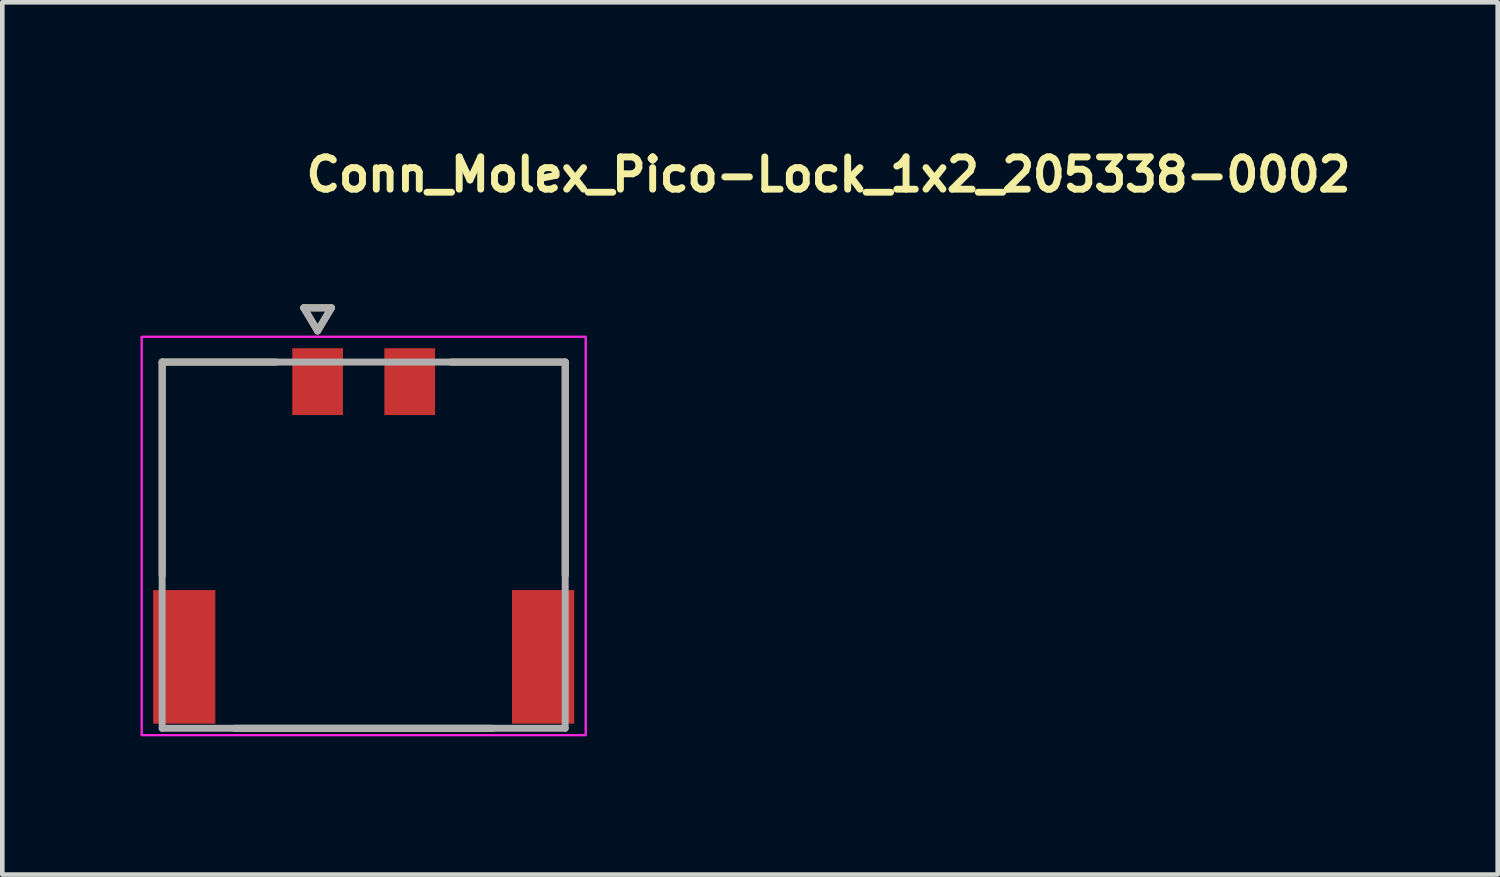
<source format=kicad_pcb>
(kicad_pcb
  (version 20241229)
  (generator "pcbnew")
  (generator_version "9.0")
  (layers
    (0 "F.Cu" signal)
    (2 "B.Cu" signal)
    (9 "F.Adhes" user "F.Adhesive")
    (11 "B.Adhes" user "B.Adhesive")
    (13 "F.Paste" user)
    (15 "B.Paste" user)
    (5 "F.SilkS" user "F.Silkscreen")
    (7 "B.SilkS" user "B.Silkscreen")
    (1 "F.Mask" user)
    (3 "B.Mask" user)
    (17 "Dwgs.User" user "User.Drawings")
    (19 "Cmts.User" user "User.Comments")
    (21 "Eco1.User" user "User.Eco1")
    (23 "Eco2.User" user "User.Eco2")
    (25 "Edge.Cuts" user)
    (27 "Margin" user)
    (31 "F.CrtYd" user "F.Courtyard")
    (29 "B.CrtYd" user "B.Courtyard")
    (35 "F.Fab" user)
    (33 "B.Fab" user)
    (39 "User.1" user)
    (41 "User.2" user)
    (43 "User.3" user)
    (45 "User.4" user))
  (footprint "Conn_Molex_Pico-Lock_1x2_205338-0002"
    (layer "F.Cu")
    (at 4.845 7.96)
    (property "Reference" "Conn_Molex_Pico-Lock_1x2_205338-0002" (at -1.325 -6.81 0) (layer "F.SilkS") (effects (font (size 0.7 0.7) (thickness 0.15)) (justify left bottom)))
    (attr smd)
    (fp_poly (pts (xy -3.194 4.726) (xy -4.596 4.726) (xy -4.596 1.774) (xy -3.194 1.774)) (stroke (width 0.01) (type solid)) (fill yes) (layer "F.Mask"))
    (fp_poly (pts (xy -0.424 -1.974) (xy -1.576 -1.974) (xy -1.576 -3.476) (xy -0.424 -3.476)) (stroke (width 0.01) (type solid)) (fill yes) (layer "F.Mask"))
    (fp_poly (pts (xy 1.576 -1.974) (xy 0.424 -1.974) (xy 0.424 -3.476) (xy 1.576 -3.476)) (stroke (width 0.01) (type solid)) (fill yes) (layer "F.Mask"))
    (fp_poly (pts (xy 4.596 4.726) (xy 3.194 4.726) (xy 3.194 1.774) (xy 4.596 1.774)) (stroke (width 0.01) (type solid)) (fill yes) (layer "F.Mask"))
    (fp_line (start -4.375 -3.15) (end -1.9 -3.15) (stroke (width 0.15) (type solid)) (layer "F.SilkS"))
    (fp_line (start -4.375 1.475) (end -4.375 -3.15) (stroke (width 0.15) (type solid)) (layer "F.SilkS"))
    (fp_line (start -2.8 4.8) (end 2.8 4.8) (stroke (width 0.15) (type solid)) (layer "F.SilkS"))
    (fp_line (start -1.3 -4.327) (end -0.7 -4.327) (stroke (width 0.15) (type solid)) (layer "F.SilkS"))
    (fp_line (start -1 -3.827) (end -1.3 -4.327) (stroke (width 0.15) (type solid)) (layer "F.SilkS"))
    (fp_line (start -0.7 -4.327) (end -1 -3.827) (stroke (width 0.15) (type solid)) (layer "F.SilkS"))
    (fp_line (start 1.9 -3.15) (end 4.375 -3.15) (stroke (width 0.15) (type solid)) (layer "F.SilkS"))
    (fp_line (start 4.375 -3.15) (end 4.375 1.475) (stroke (width 0.15) (type solid)) (layer "F.SilkS"))
    (fp_rect (start 4.82 4.95) (end -4.82 -3.7) (stroke (width 0.05) (type solid)) (fill no) (layer "F.CrtYd"))
    (fp_line (start -4.375 -3.15) (end 4.375 -3.15) (stroke (width 0.15) (type solid)) (layer "F.Fab"))
    (fp_line (start -4.375 4.8) (end -4.375 -3.15) (stroke (width 0.15) (type solid)) (layer "F.Fab"))
    (fp_line (start -1.3 -4.327) (end -0.7 -4.327) (stroke (width 0.15) (type solid)) (layer "F.Fab"))
    (fp_line (start -1 -3.827) (end -1.3 -4.327) (stroke (width 0.15) (type solid)) (layer "F.Fab"))
    (fp_line (start -0.7 -4.327) (end -1 -3.827) (stroke (width 0.15) (type solid)) (layer "F.Fab"))
    (fp_line (start 4.375 -3.15) (end 4.375 4.8) (stroke (width 0.15) (type solid)) (layer "F.Fab"))
    (fp_line (start 4.375 4.8) (end -4.375 4.8) (stroke (width 0.15) (type solid)) (layer "F.Fab"))
    (fp_rect (start 4.375 4.575) (end -4.375 -3.375) (stroke (width 0.1) (type solid)) (fill no) (layer "User.5"))
    (fp_line (start -4.375 1.725) (end -4.375 4.325) (stroke (width 0.02) (type solid)) (layer "User.9"))
    (fp_line (start -4.375 1.725) (end -3.975 1.725) (stroke (width 0.02) (type solid)) (layer "User.9"))
    (fp_line (start -4.375 4.325) (end -3.975 4.325) (stroke (width 0.02) (type solid)) (layer "User.9"))
    (fp_line (start -3.975 -3.025) (end -3.975 4.575) (stroke (width 0.02) (type solid)) (layer "User.9"))
    (fp_line (start -2.425 0.275) (end -2.425 4.575) (stroke (width 0.02) (type solid)) (layer "User.9"))
    (fp_line (start -2.425 4.575) (end -3.975 4.575) (stroke (width 0.02) (type solid)) (layer "User.9"))
    (fp_line (start -2.2 2.075) (end -1.925 2.075) (stroke (width 0.02) (type solid)) (layer "User.9"))
    (fp_line (start -2.2 4.275) (end -2.425 4.275) (stroke (width 0.02) (type solid)) (layer "User.9"))
    (fp_line (start -2.2 4.275) (end -2.2 0.275) (stroke (width 0.02) (type solid)) (layer "User.9"))
    (fp_line (start -1.925 0.275) (end -2.425 0.275) (stroke (width 0.02) (type solid)) (layer "User.9"))
    (fp_line (start -1.925 2.575) (end -1.925 0.275) (stroke (width 0.02) (type solid)) (layer "User.9"))
    (fp_line (start -1.25 -3.375) (end -1.25 -3.035) (stroke (width 0.02) (type solid)) (layer "User.9"))
    (fp_line (start -1.25 -3.035) (end -1.25 -3.025) (stroke (width 0.02) (type solid)) (layer "User.9"))
    (fp_line (start -1.25 1.375) (end -1 1.875) (stroke (width 0.02) (type solid)) (layer "User.9"))
    (fp_line (start -1 1.875) (end -0.75 1.375) (stroke (width 0.02) (type solid)) (layer "User.9"))
    (fp_line (start -0.75 -3.375) (end -1.25 -3.375) (stroke (width 0.02) (type solid)) (layer "User.9"))
    (fp_line (start -0.75 -3.375) (end -0.75 -3.035) (stroke (width 0.02) (type solid)) (layer "User.9"))
    (fp_line (start -0.75 -3.035) (end -0.75 -3.025) (stroke (width 0.02) (type solid)) (layer "User.9"))
    (fp_line (start -0.75 1.375) (end -1.25 1.375) (stroke (width 0.02) (type solid)) (layer "User.9"))
    (fp_line (start 0.75 -3.375) (end 0.75 -3.035) (stroke (width 0.02) (type solid)) (layer "User.9"))
    (fp_line (start 0.75 -3.035) (end 0.75 -3.025) (stroke (width 0.02) (type solid)) (layer "User.9"))
    (fp_line (start 1.25 -3.375) (end 0.75 -3.375) (stroke (width 0.02) (type solid)) (layer "User.9"))
    (fp_line (start 1.25 -3.375) (end 1.25 -3.035) (stroke (width 0.02) (type solid)) (layer "User.9"))
    (fp_line (start 1.25 -3.035) (end 1.25 -3.025) (stroke (width 0.02) (type solid)) (layer "User.9"))
    (fp_line (start 1.925 0.275) (end 1.925 2.575) (stroke (width 0.02) (type solid)) (layer "User.9"))
    (fp_line (start 1.925 2.075) (end 2.2 2.075) (stroke (width 0.02) (type solid)) (layer "User.9"))
    (fp_line (start 1.925 2.575) (end -1.925 2.575) (stroke (width 0.02) (type solid)) (layer "User.9"))
    (fp_line (start 2.2 4.275) (end 2.2 0.275) (stroke (width 0.02) (type solid)) (layer "User.9"))
    (fp_line (start 2.425 0.275) (end 1.925 0.275) (stroke (width 0.02) (type solid)) (layer "User.9"))
    (fp_line (start 2.425 4.275) (end 2.2 4.275) (stroke (width 0.02) (type solid)) (layer "User.9"))
    (fp_line (start 2.425 4.575) (end 2.425 0.275) (stroke (width 0.02) (type solid)) (layer "User.9"))
    (fp_line (start 3.975 -3.025) (end -3.975 -3.025) (stroke (width 0.02) (type solid)) (layer "User.9"))
    (fp_line (start 3.975 -3.025) (end 3.975 4.575) (stroke (width 0.02) (type solid)) (layer "User.9"))
    (fp_line (start 3.975 4.575) (end 2.425 4.575) (stroke (width 0.02) (type solid)) (layer "User.9"))
    (fp_line (start 4.375 1.725) (end 3.975 1.725) (stroke (width 0.02) (type solid)) (layer "User.9"))
    (fp_line (start 4.375 1.725) (end 4.375 4.325) (stroke (width 0.02) (type solid)) (layer "User.9"))
    (fp_line (start 4.375 4.325) (end 3.975 4.325) (stroke (width 0.02) (type solid)) (layer "User.9"))
    (pad "1" smd rect (at -1 -2.725 180) (size 1.1 1.45) (layers "F.Cu" "F.Paste"))
    (pad "2" smd rect (at 1 -2.725 180) (size 1.1 1.45) (layers "F.Cu" "F.Paste"))
    (pad "SH" smd rect (at -3.895 3.25 180) (size 1.35 2.9) (layers "F.Cu" "F.Paste"))
    (pad "SH" smd rect (at 3.895 3.25 180) (size 1.35 2.9) (layers "F.Cu" "F.Paste")))
  (gr_rect
    (start -3 -3)
    (end 29.463 15.935)
    (stroke (width 0.1) (type default))
    (fill no)
    (layer "Edge.Cuts")))
</source>
